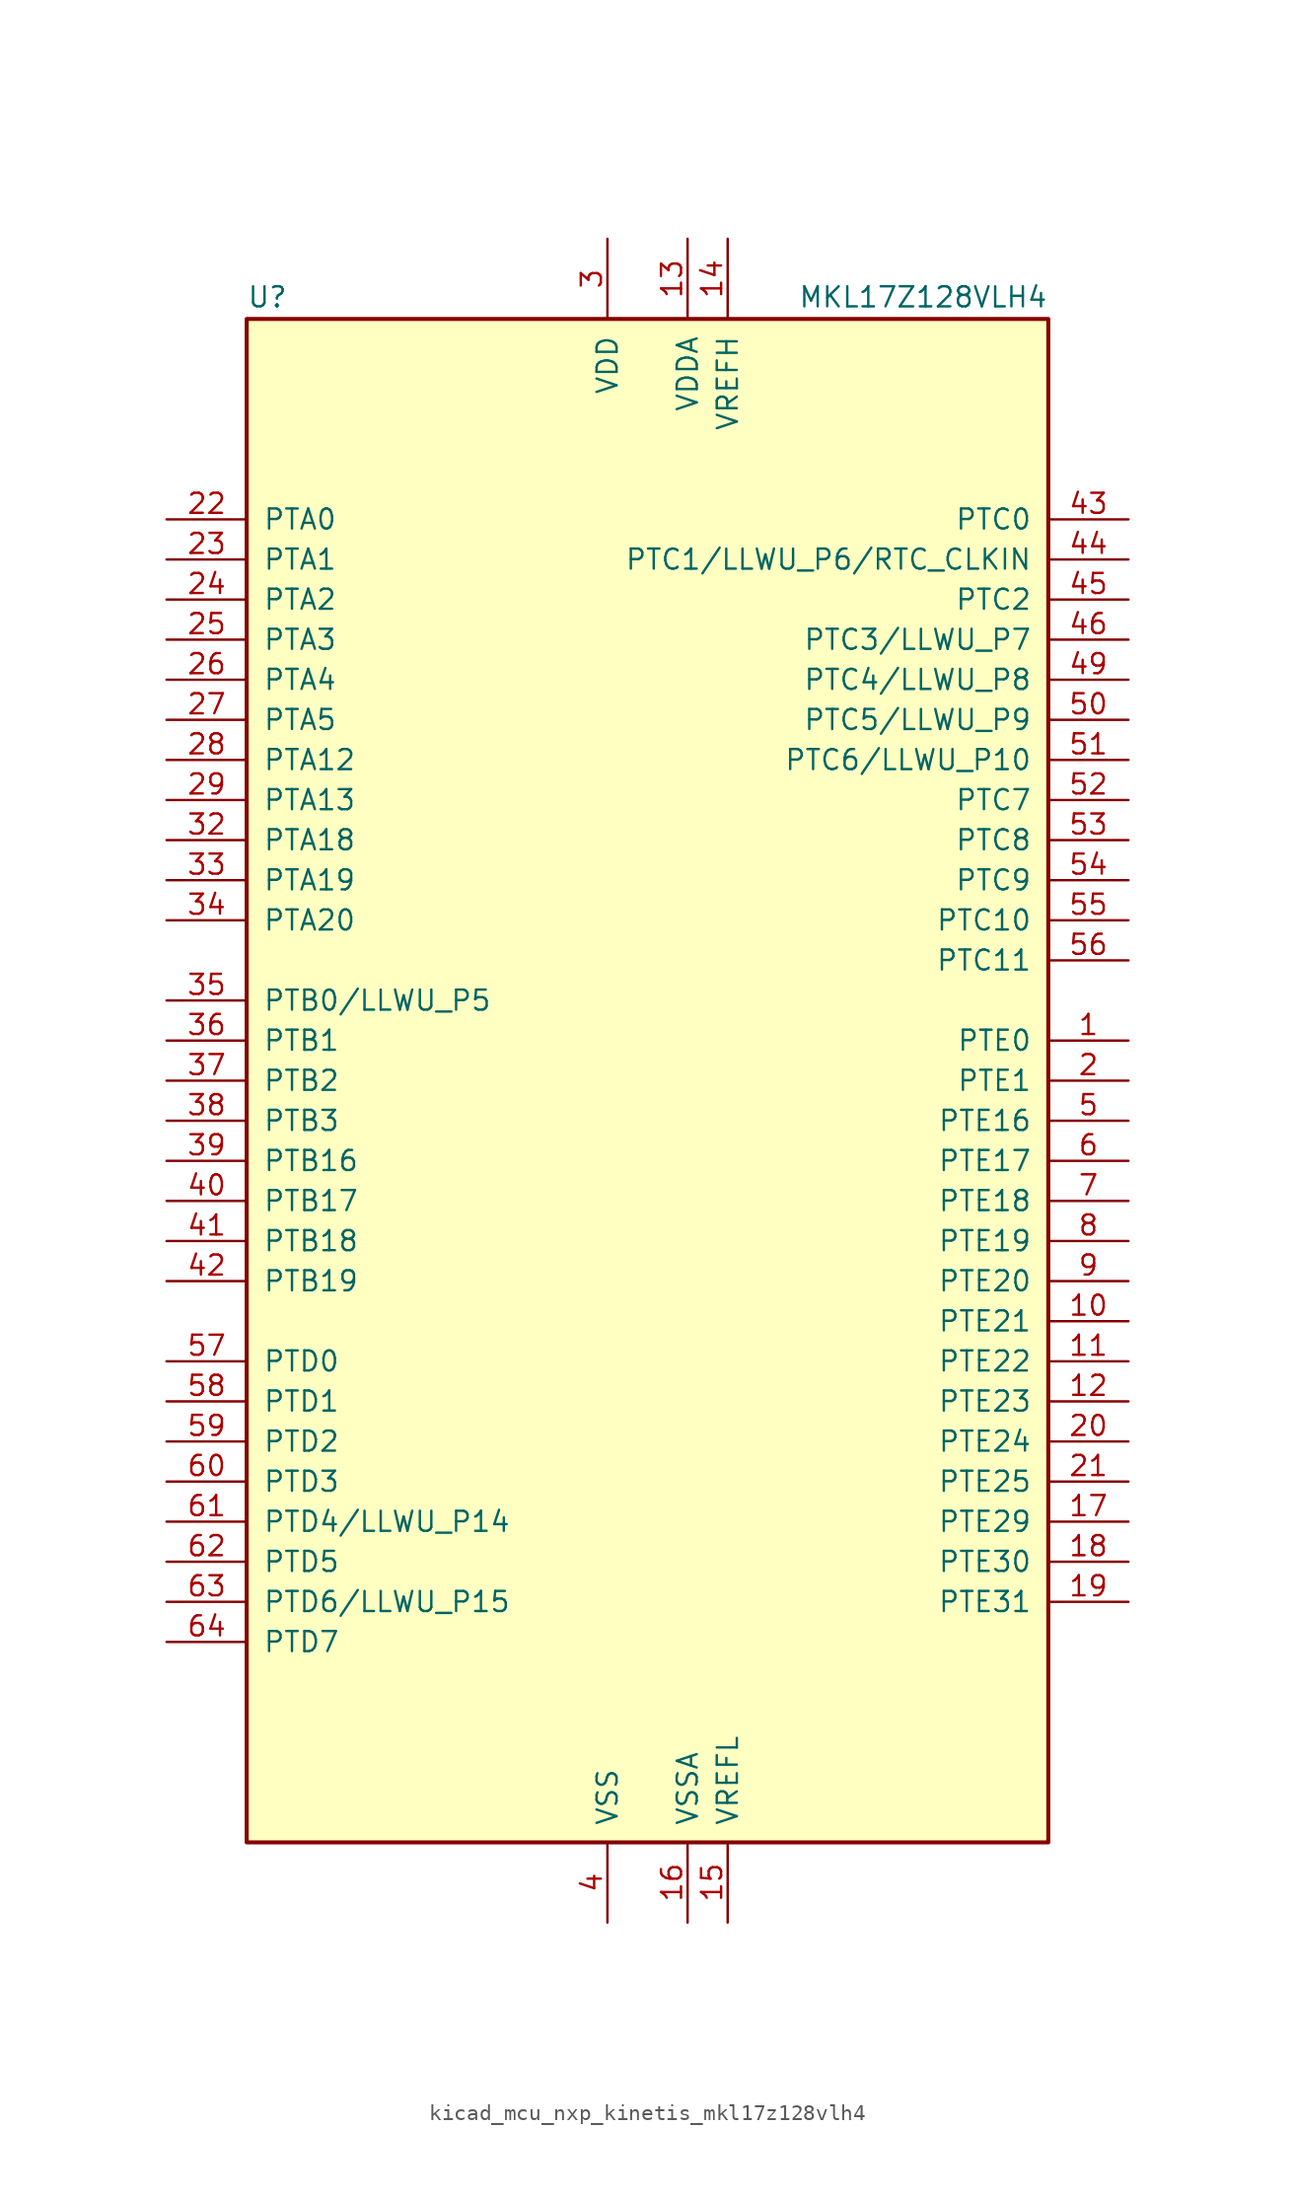
<source format=kicad_sym>
(kicad_symbol_lib
  (version 20220914)
  (generator kicad_symbol_editor)
  (symbol "kicad_mcu_nxp_kinetis_mkl17z128vlh4"
    (pin_names
      (offset 1.016))
    (property "Reference" "U"
      (at -25.4 48.895 0)
      (effects (font (size 1.27 1.27)) (justify left bottom)))
    (property "Value" "MKL17Z128VLH4"
      (at 25.4 48.895 0)
      (effects (font (size 1.27 1.27)) (justify right bottom)))
    (symbol "kicad_mcu_nxp_kinetis_mkl17z128vlh4_0_1"
      (rectangle (start -25.4 48.26) (end 25.4 -48.26) (stroke (width 0.254) (type default)) (fill (type background))))
    (symbol "kicad_mcu_nxp_kinetis_mkl17z128vlh4_1_1"
      (pin bidirectional line (at 30.48 2.54 180) (length 5.08) (name "PTE0" (effects (font (size 1.27 1.27)))) (number "1" (effects (font (size 1.27 1.27)))))
      (pin bidirectional line (at 30.48 -15.24 180) (length 5.08) (name "PTE21" (effects (font (size 1.27 1.27)))) (number "10" (effects (font (size 1.27 1.27)))))
      (pin bidirectional line (at 30.48 -17.78 180) (length 5.08) (name "PTE22" (effects (font (size 1.27 1.27)))) (number "11" (effects (font (size 1.27 1.27)))))
      (pin bidirectional line (at 30.48 -20.32 180) (length 5.08) (name "PTE23" (effects (font (size 1.27 1.27)))) (number "12" (effects (font (size 1.27 1.27)))))
      (pin power_in line (at 2.54 53.34 270) (length 5.08) (name "VDDA" (effects (font (size 1.27 1.27)))) (number "13" (effects (font (size 1.27 1.27)))))
      (pin power_in line (at 5.08 53.34 270) (length 5.08) (name "VREFH" (effects (font (size 1.27 1.27)))) (number "14" (effects (font (size 1.27 1.27)))))
      (pin power_in line (at 5.08 -53.34 90) (length 5.08) (name "VREFL" (effects (font (size 1.27 1.27)))) (number "15" (effects (font (size 1.27 1.27)))))
      (pin power_in line (at 2.54 -53.34 90) (length 5.08) (name "VSSA" (effects (font (size 1.27 1.27)))) (number "16" (effects (font (size 1.27 1.27)))))
      (pin bidirectional line (at 30.48 -27.94 180) (length 5.08) (name "PTE29" (effects (font (size 1.27 1.27)))) (number "17" (effects (font (size 1.27 1.27)))))
      (pin bidirectional line (at 30.48 -30.48 180) (length 5.08) (name "PTE30" (effects (font (size 1.27 1.27)))) (number "18" (effects (font (size 1.27 1.27)))))
      (pin bidirectional line (at 30.48 -33.02 180) (length 5.08) (name "PTE31" (effects (font (size 1.27 1.27)))) (number "19" (effects (font (size 1.27 1.27)))))
      (pin bidirectional line (at 30.48 0 180) (length 5.08) (name "PTE1" (effects (font (size 1.27 1.27)))) (number "2" (effects (font (size 1.27 1.27)))))
      (pin bidirectional line (at 30.48 -22.86 180) (length 5.08) (name "PTE24" (effects (font (size 1.27 1.27)))) (number "20" (effects (font (size 1.27 1.27)))))
      (pin bidirectional line (at 30.48 -25.4 180) (length 5.08) (name "PTE25" (effects (font (size 1.27 1.27)))) (number "21" (effects (font (size 1.27 1.27)))))
      (pin bidirectional line (at -30.48 35.56 0) (length 5.08) (name "PTA0" (effects (font (size 1.27 1.27)))) (number "22" (effects (font (size 1.27 1.27)))))
      (pin bidirectional line (at -30.48 33.02 0) (length 5.08) (name "PTA1" (effects (font (size 1.27 1.27)))) (number "23" (effects (font (size 1.27 1.27)))))
      (pin bidirectional line (at -30.48 30.48 0) (length 5.08) (name "PTA2" (effects (font (size 1.27 1.27)))) (number "24" (effects (font (size 1.27 1.27)))))
      (pin bidirectional line (at -30.48 27.94 0) (length 5.08) (name "PTA3" (effects (font (size 1.27 1.27)))) (number "25" (effects (font (size 1.27 1.27)))))
      (pin bidirectional line (at -30.48 25.4 0) (length 5.08) (name "PTA4" (effects (font (size 1.27 1.27)))) (number "26" (effects (font (size 1.27 1.27)))))
      (pin bidirectional line (at -30.48 22.86 0) (length 5.08) (name "PTA5" (effects (font (size 1.27 1.27)))) (number "27" (effects (font (size 1.27 1.27)))))
      (pin bidirectional line (at -30.48 20.32 0) (length 5.08) (name "PTA12" (effects (font (size 1.27 1.27)))) (number "28" (effects (font (size 1.27 1.27)))))
      (pin bidirectional line (at -30.48 17.78 0) (length 5.08) (name "PTA13" (effects (font (size 1.27 1.27)))) (number "29" (effects (font (size 1.27 1.27)))))
      (pin power_in line (at -2.54 53.34 270) (length 5.08) (name "VDD" (effects (font (size 1.27 1.27)))) (number "3" (effects (font (size 1.27 1.27)))))
      (pin passive line (at -2.54 53.34 270) (length 5.08) hide (name "VDD" (effects (font (size 1.27 1.27)))) (number "30" (effects (font (size 1.27 1.27)))))
      (pin passive line (at -2.54 -53.34 90) (length 5.08) hide (name "VSS" (effects (font (size 1.27 1.27)))) (number "31" (effects (font (size 1.27 1.27)))))
      (pin bidirectional line (at -30.48 15.24 0) (length 5.08) (name "PTA18" (effects (font (size 1.27 1.27)))) (number "32" (effects (font (size 1.27 1.27)))))
      (pin bidirectional line (at -30.48 12.7 0) (length 5.08) (name "PTA19" (effects (font (size 1.27 1.27)))) (number "33" (effects (font (size 1.27 1.27)))))
      (pin bidirectional line (at -30.48 10.16 0) (length 5.08) (name "PTA20" (effects (font (size 1.27 1.27)))) (number "34" (effects (font (size 1.27 1.27)))))
      (pin bidirectional line (at -30.48 5.08 0) (length 5.08) (name "PTB0/LLWU_P5" (effects (font (size 1.27 1.27)))) (number "35" (effects (font (size 1.27 1.27)))))
      (pin bidirectional line (at -30.48 2.54 0) (length 5.08) (name "PTB1" (effects (font (size 1.27 1.27)))) (number "36" (effects (font (size 1.27 1.27)))))
      (pin bidirectional line (at -30.48 0 0) (length 5.08) (name "PTB2" (effects (font (size 1.27 1.27)))) (number "37" (effects (font (size 1.27 1.27)))))
      (pin bidirectional line (at -30.48 -2.54 0) (length 5.08) (name "PTB3" (effects (font (size 1.27 1.27)))) (number "38" (effects (font (size 1.27 1.27)))))
      (pin bidirectional line (at -30.48 -5.08 0) (length 5.08) (name "PTB16" (effects (font (size 1.27 1.27)))) (number "39" (effects (font (size 1.27 1.27)))))
      (pin power_in line (at -2.54 -53.34 90) (length 5.08) (name "VSS" (effects (font (size 1.27 1.27)))) (number "4" (effects (font (size 1.27 1.27)))))
      (pin bidirectional line (at -30.48 -7.62 0) (length 5.08) (name "PTB17" (effects (font (size 1.27 1.27)))) (number "40" (effects (font (size 1.27 1.27)))))
      (pin bidirectional line (at -30.48 -10.16 0) (length 5.08) (name "PTB18" (effects (font (size 1.27 1.27)))) (number "41" (effects (font (size 1.27 1.27)))))
      (pin bidirectional line (at -30.48 -12.7 0) (length 5.08) (name "PTB19" (effects (font (size 1.27 1.27)))) (number "42" (effects (font (size 1.27 1.27)))))
      (pin bidirectional line (at 30.48 35.56 180) (length 5.08) (name "PTC0" (effects (font (size 1.27 1.27)))) (number "43" (effects (font (size 1.27 1.27)))))
      (pin bidirectional line (at 30.48 33.02 180) (length 5.08) (name "PTC1/LLWU_P6/RTC_CLKIN" (effects (font (size 1.27 1.27)))) (number "44" (effects (font (size 1.27 1.27)))))
      (pin bidirectional line (at 30.48 30.48 180) (length 5.08) (name "PTC2" (effects (font (size 1.27 1.27)))) (number "45" (effects (font (size 1.27 1.27)))))
      (pin bidirectional line (at 30.48 27.94 180) (length 5.08) (name "PTC3/LLWU_P7" (effects (font (size 1.27 1.27)))) (number "46" (effects (font (size 1.27 1.27)))))
      (pin passive line (at -2.54 -53.34 90) (length 5.08) hide (name "VSS" (effects (font (size 1.27 1.27)))) (number "47" (effects (font (size 1.27 1.27)))))
      (pin passive line (at -2.54 53.34 270) (length 5.08) hide (name "VDD" (effects (font (size 1.27 1.27)))) (number "48" (effects (font (size 1.27 1.27)))))
      (pin bidirectional line (at 30.48 25.4 180) (length 5.08) (name "PTC4/LLWU_P8" (effects (font (size 1.27 1.27)))) (number "49" (effects (font (size 1.27 1.27)))))
      (pin bidirectional line (at 30.48 -2.54 180) (length 5.08) (name "PTE16" (effects (font (size 1.27 1.27)))) (number "5" (effects (font (size 1.27 1.27)))))
      (pin bidirectional line (at 30.48 22.86 180) (length 5.08) (name "PTC5/LLWU_P9" (effects (font (size 1.27 1.27)))) (number "50" (effects (font (size 1.27 1.27)))))
      (pin bidirectional line (at 30.48 20.32 180) (length 5.08) (name "PTC6/LLWU_P10" (effects (font (size 1.27 1.27)))) (number "51" (effects (font (size 1.27 1.27)))))
      (pin bidirectional line (at 30.48 17.78 180) (length 5.08) (name "PTC7" (effects (font (size 1.27 1.27)))) (number "52" (effects (font (size 1.27 1.27)))))
      (pin bidirectional line (at 30.48 15.24 180) (length 5.08) (name "PTC8" (effects (font (size 1.27 1.27)))) (number "53" (effects (font (size 1.27 1.27)))))
      (pin bidirectional line (at 30.48 12.7 180) (length 5.08) (name "PTC9" (effects (font (size 1.27 1.27)))) (number "54" (effects (font (size 1.27 1.27)))))
      (pin bidirectional line (at 30.48 10.16 180) (length 5.08) (name "PTC10" (effects (font (size 1.27 1.27)))) (number "55" (effects (font (size 1.27 1.27)))))
      (pin bidirectional line (at 30.48 7.62 180) (length 5.08) (name "PTC11" (effects (font (size 1.27 1.27)))) (number "56" (effects (font (size 1.27 1.27)))))
      (pin bidirectional line (at -30.48 -17.78 0) (length 5.08) (name "PTD0" (effects (font (size 1.27 1.27)))) (number "57" (effects (font (size 1.27 1.27)))))
      (pin bidirectional line (at -30.48 -20.32 0) (length 5.08) (name "PTD1" (effects (font (size 1.27 1.27)))) (number "58" (effects (font (size 1.27 1.27)))))
      (pin bidirectional line (at -30.48 -22.86 0) (length 5.08) (name "PTD2" (effects (font (size 1.27 1.27)))) (number "59" (effects (font (size 1.27 1.27)))))
      (pin bidirectional line (at 30.48 -5.08 180) (length 5.08) (name "PTE17" (effects (font (size 1.27 1.27)))) (number "6" (effects (font (size 1.27 1.27)))))
      (pin bidirectional line (at -30.48 -25.4 0) (length 5.08) (name "PTD3" (effects (font (size 1.27 1.27)))) (number "60" (effects (font (size 1.27 1.27)))))
      (pin bidirectional line (at -30.48 -27.94 0) (length 5.08) (name "PTD4/LLWU_P14" (effects (font (size 1.27 1.27)))) (number "61" (effects (font (size 1.27 1.27)))))
      (pin bidirectional line (at -30.48 -30.48 0) (length 5.08) (name "PTD5" (effects (font (size 1.27 1.27)))) (number "62" (effects (font (size 1.27 1.27)))))
      (pin bidirectional line (at -30.48 -33.02 0) (length 5.08) (name "PTD6/LLWU_P15" (effects (font (size 1.27 1.27)))) (number "63" (effects (font (size 1.27 1.27)))))
      (pin bidirectional line (at -30.48 -35.56 0) (length 5.08) (name "PTD7" (effects (font (size 1.27 1.27)))) (number "64" (effects (font (size 1.27 1.27)))))
      (pin bidirectional line (at 30.48 -7.62 180) (length 5.08) (name "PTE18" (effects (font (size 1.27 1.27)))) (number "7" (effects (font (size 1.27 1.27)))))
      (pin bidirectional line (at 30.48 -10.16 180) (length 5.08) (name "PTE19" (effects (font (size 1.27 1.27)))) (number "8" (effects (font (size 1.27 1.27)))))
      (pin bidirectional line (at 30.48 -12.7 180) (length 5.08) (name "PTE20" (effects (font (size 1.27 1.27)))) (number "9" (effects (font (size 1.27 1.27))))))))
</source>
